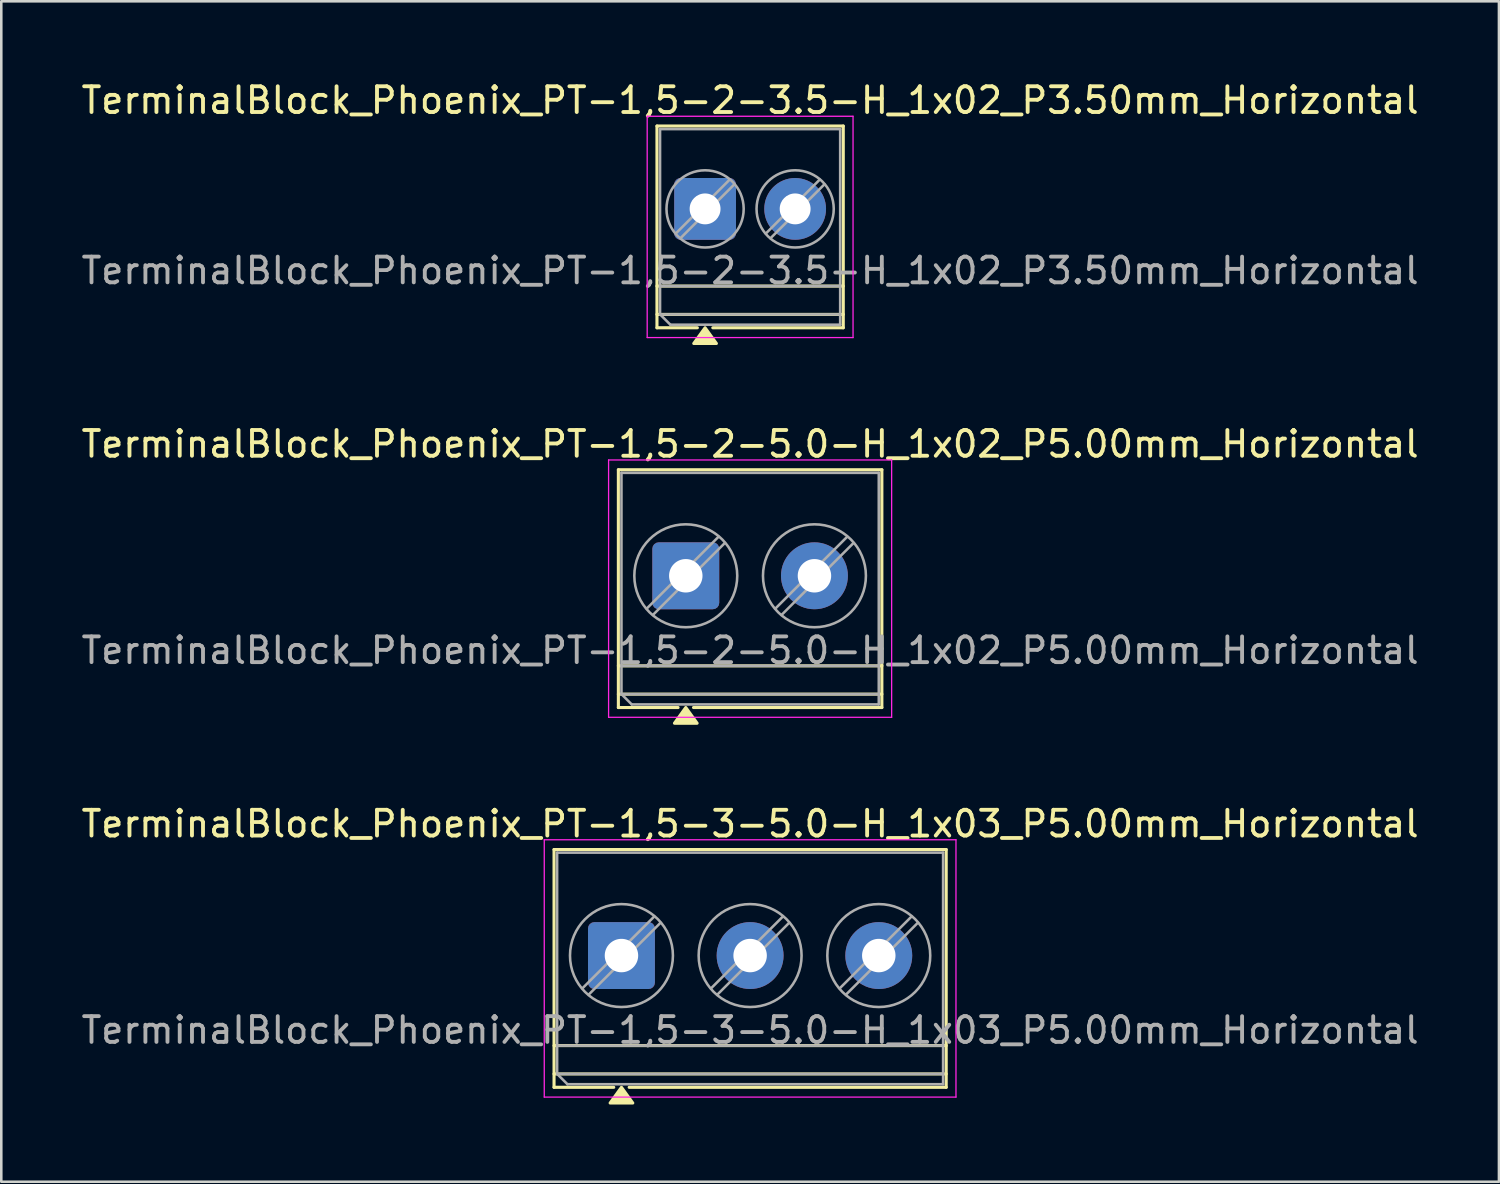
<source format=kicad_pcb>
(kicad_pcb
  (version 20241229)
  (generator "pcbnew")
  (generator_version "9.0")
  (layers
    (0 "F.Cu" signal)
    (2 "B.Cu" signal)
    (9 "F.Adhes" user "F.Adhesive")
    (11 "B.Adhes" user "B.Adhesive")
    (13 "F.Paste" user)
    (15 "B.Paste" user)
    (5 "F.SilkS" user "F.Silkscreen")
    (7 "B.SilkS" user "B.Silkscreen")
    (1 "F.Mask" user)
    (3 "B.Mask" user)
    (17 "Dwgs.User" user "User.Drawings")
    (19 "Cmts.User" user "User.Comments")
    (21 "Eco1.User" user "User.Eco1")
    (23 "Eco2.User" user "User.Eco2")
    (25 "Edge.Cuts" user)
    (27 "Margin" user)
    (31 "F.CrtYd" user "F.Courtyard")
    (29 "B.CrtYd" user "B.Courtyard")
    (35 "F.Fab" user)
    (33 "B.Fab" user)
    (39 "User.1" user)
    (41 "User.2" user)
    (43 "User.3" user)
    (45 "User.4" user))
  (footprint "TerminalBlock_Phoenix_PT-1,5-3-5.0-H_1x03_P5.00mm_Horizontal"
    (layer "F.Cu")
    (at 21.101 34.085)
    (property "Reference" "TerminalBlock_Phoenix_PT-1,5-3-5.0-H_1x03_P5.00mm_Horizontal" (at 5 -5.12 0) (layer "F.SilkS") (effects (font (size 1 1) (thickness 0.15))))
    (attr through_hole)
    (fp_line (start -2.62 -4.12) (end 12.62 -4.12) (stroke (width 0.12) (type solid)) (layer "F.SilkS"))
    (fp_line (start -2.62 3.5) (end 12.62 3.5) (stroke (width 0.12) (type solid)) (layer "F.SilkS"))
    (fp_line (start -2.62 4.6) (end 12.62 4.6) (stroke (width 0.12) (type solid)) (layer "F.SilkS"))
    (fp_line (start -2.62 5.12) (end -2.62 -4.12) (stroke (width 0.12) (type solid)) (layer "F.SilkS"))
    (fp_line (start -0.3 5.12) (end -2.62 5.12) (stroke (width 0.12) (type solid)) (layer "F.SilkS"))
    (fp_line (start 12.62 -4.12) (end 12.62 5.12) (stroke (width 0.12) (type solid)) (layer "F.SilkS"))
    (fp_line (start 12.62 5.12) (end 0.3 5.12) (stroke (width 0.12) (type solid)) (layer "F.SilkS"))
    (fp_poly (pts (xy 0 5.12) (xy 0.44 5.73) (xy -0.44 5.73)) (stroke (width 0.12) (type solid)) (fill yes) (layer "F.SilkS"))
    (fp_line (start -3 -4.5) (end -3 5.5) (stroke (width 0.05) (type solid)) (layer "F.CrtYd"))
    (fp_line (start -3 5.5) (end 13 5.5) (stroke (width 0.05) (type solid)) (layer "F.CrtYd"))
    (fp_line (start 13 -4.5) (end -3 -4.5) (stroke (width 0.05) (type solid)) (layer "F.CrtYd"))
    (fp_line (start 13 5.5) (end 13 -4.5) (stroke (width 0.05) (type solid)) (layer "F.CrtYd"))
    (fp_line (start -2.5 -4) (end 12.5 -4) (stroke (width 0.1) (type solid)) (layer "F.Fab"))
    (fp_line (start -2.5 3.5) (end 12.5 3.5) (stroke (width 0.1) (type solid)) (layer "F.Fab"))
    (fp_line (start -2.5 4.6) (end -2.5 -4) (stroke (width 0.1) (type solid)) (layer "F.Fab"))
    (fp_line (start -2.5 4.6) (end 12.5 4.6) (stroke (width 0.1) (type solid)) (layer "F.Fab"))
    (fp_line (start -2.1 5) (end -2.5 4.6) (stroke (width 0.1) (type solid)) (layer "F.Fab"))
    (fp_line (start 1.273 -1.517) (end -1.517 1.273) (stroke (width 0.1) (type solid)) (layer "F.Fab"))
    (fp_line (start 1.517 -1.273) (end -1.273 1.517) (stroke (width 0.1) (type solid)) (layer "F.Fab"))
    (fp_line (start 6.273 -1.517) (end 3.483 1.273) (stroke (width 0.1) (type solid)) (layer "F.Fab"))
    (fp_line (start 6.517 -1.273) (end 3.727 1.517) (stroke (width 0.1) (type solid)) (layer "F.Fab"))
    (fp_line (start 11.273 -1.517) (end 8.483 1.273) (stroke (width 0.1) (type solid)) (layer "F.Fab"))
    (fp_line (start 11.517 -1.273) (end 8.727 1.517) (stroke (width 0.1) (type solid)) (layer "F.Fab"))
    (fp_line (start 12.5 -4) (end 12.5 5) (stroke (width 0.1) (type solid)) (layer "F.Fab"))
    (fp_line (start 12.5 5) (end -2.1 5) (stroke (width 0.1) (type solid)) (layer "F.Fab"))
    (fp_circle (center 0 0) (end 2 0) (stroke (width 0.1) (type solid)) (fill no) (layer "F.Fab"))
    (fp_circle (center 5 0) (end 7 0) (stroke (width 0.1) (type solid)) (fill no) (layer "F.Fab"))
    (fp_circle (center 10 0) (end 12 0) (stroke (width 0.1) (type solid)) (fill no) (layer "F.Fab"))
    (fp_text user "${REFERENCE}" (at 5 2.9 0) (layer "F.Fab") (effects (font (size 1 1) (thickness 0.15))))
    (pad "1" thru_hole roundrect (at 0 0) (size 2.6 2.6) (drill 1.3) (layers "*.Cu" "*.Mask") (roundrect_rratio 0.096))
    (pad "2" thru_hole circle (at 5 0) (size 2.6 2.6) (drill 1.3) (layers "*.Cu" "*.Mask"))
    (pad "3" thru_hole circle (at 10 0) (size 2.6 2.6) (drill 1.3) (layers "*.Cu" "*.Mask")))
  (footprint "TerminalBlock_Phoenix_PT-1,5-2-5.0-H_1x02_P5.00mm_Horizontal"
    (layer "F.Cu")
    (at 23.601 19.326)
    (property "Reference" "TerminalBlock_Phoenix_PT-1,5-2-5.0-H_1x02_P5.00mm_Horizontal" (at 2.5 -5.12 0) (layer "F.SilkS") (effects (font (size 1 1) (thickness 0.15))))
    (attr through_hole)
    (fp_line (start -2.62 -4.12) (end 7.62 -4.12) (stroke (width 0.12) (type solid)) (layer "F.SilkS"))
    (fp_line (start -2.62 3.5) (end 7.62 3.5) (stroke (width 0.12) (type solid)) (layer "F.SilkS"))
    (fp_line (start -2.62 4.6) (end 7.62 4.6) (stroke (width 0.12) (type solid)) (layer "F.SilkS"))
    (fp_line (start -2.62 5.12) (end -2.62 -4.12) (stroke (width 0.12) (type solid)) (layer "F.SilkS"))
    (fp_line (start -0.3 5.12) (end -2.62 5.12) (stroke (width 0.12) (type solid)) (layer "F.SilkS"))
    (fp_line (start 7.62 -4.12) (end 7.62 5.12) (stroke (width 0.12) (type solid)) (layer "F.SilkS"))
    (fp_line (start 7.62 5.12) (end 0.3 5.12) (stroke (width 0.12) (type solid)) (layer "F.SilkS"))
    (fp_poly (pts (xy 0 5.12) (xy 0.44 5.73) (xy -0.44 5.73)) (stroke (width 0.12) (type solid)) (fill yes) (layer "F.SilkS"))
    (fp_line (start -3 -4.5) (end -3 5.5) (stroke (width 0.05) (type solid)) (layer "F.CrtYd"))
    (fp_line (start -3 5.5) (end 8 5.5) (stroke (width 0.05) (type solid)) (layer "F.CrtYd"))
    (fp_line (start 8 -4.5) (end -3 -4.5) (stroke (width 0.05) (type solid)) (layer "F.CrtYd"))
    (fp_line (start 8 5.5) (end 8 -4.5) (stroke (width 0.05) (type solid)) (layer "F.CrtYd"))
    (fp_line (start -2.5 -4) (end 7.5 -4) (stroke (width 0.1) (type solid)) (layer "F.Fab"))
    (fp_line (start -2.5 3.5) (end 7.5 3.5) (stroke (width 0.1) (type solid)) (layer "F.Fab"))
    (fp_line (start -2.5 4.6) (end -2.5 -4) (stroke (width 0.1) (type solid)) (layer "F.Fab"))
    (fp_line (start -2.5 4.6) (end 7.5 4.6) (stroke (width 0.1) (type solid)) (layer "F.Fab"))
    (fp_line (start -2.1 5) (end -2.5 4.6) (stroke (width 0.1) (type solid)) (layer "F.Fab"))
    (fp_line (start 1.273 -1.517) (end -1.517 1.273) (stroke (width 0.1) (type solid)) (layer "F.Fab"))
    (fp_line (start 1.517 -1.273) (end -1.273 1.517) (stroke (width 0.1) (type solid)) (layer "F.Fab"))
    (fp_line (start 6.273 -1.517) (end 3.483 1.273) (stroke (width 0.1) (type solid)) (layer "F.Fab"))
    (fp_line (start 6.517 -1.273) (end 3.727 1.517) (stroke (width 0.1) (type solid)) (layer "F.Fab"))
    (fp_line (start 7.5 -4) (end 7.5 5) (stroke (width 0.1) (type solid)) (layer "F.Fab"))
    (fp_line (start 7.5 5) (end -2.1 5) (stroke (width 0.1) (type solid)) (layer "F.Fab"))
    (fp_circle (center 0 0) (end 2 0) (stroke (width 0.1) (type solid)) (fill no) (layer "F.Fab"))
    (fp_circle (center 5 0) (end 7 0) (stroke (width 0.1) (type solid)) (fill no) (layer "F.Fab"))
    (fp_text user "${REFERENCE}" (at 2.5 2.9 0) (layer "F.Fab") (effects (font (size 1 1) (thickness 0.15))))
    (pad "1" thru_hole roundrect (at 0 0) (size 2.6 2.6) (drill 1.3) (layers "*.Cu" "*.Mask") (roundrect_rratio 0.096))
    (pad "2" thru_hole circle (at 5 0) (size 2.6 2.6) (drill 1.3) (layers "*.Cu" "*.Mask")))
  (footprint "TerminalBlock_Phoenix_PT-1,5-2-3.5-H_1x02_P3.50mm_Horizontal"
    (layer "F.Cu")
    (at 24.351 5.068)
    (property "Reference" "TerminalBlock_Phoenix_PT-1,5-2-3.5-H_1x02_P3.50mm_Horizontal" (at 1.75 -4.22 0) (layer "F.SilkS") (effects (font (size 1 1) (thickness 0.15))))
    (attr through_hole)
    (fp_line (start -1.87 -3.22) (end 5.37 -3.22) (stroke (width 0.12) (type solid)) (layer "F.SilkS"))
    (fp_line (start -1.87 3) (end 5.37 3) (stroke (width 0.12) (type solid)) (layer "F.SilkS"))
    (fp_line (start -1.87 4.1) (end 5.37 4.1) (stroke (width 0.12) (type solid)) (layer "F.SilkS"))
    (fp_line (start -1.87 4.62) (end -1.87 -3.22) (stroke (width 0.12) (type solid)) (layer "F.SilkS"))
    (fp_line (start -0.3 4.62) (end -1.87 4.62) (stroke (width 0.12) (type solid)) (layer "F.SilkS"))
    (fp_line (start 5.37 -3.22) (end 5.37 4.62) (stroke (width 0.12) (type solid)) (layer "F.SilkS"))
    (fp_line (start 5.37 4.62) (end 0.3 4.62) (stroke (width 0.12) (type solid)) (layer "F.SilkS"))
    (fp_poly (pts (xy 0 4.62) (xy 0.44 5.23) (xy -0.44 5.23)) (stroke (width 0.12) (type solid)) (fill yes) (layer "F.SilkS"))
    (fp_line (start -2.25 -3.6) (end -2.25 5) (stroke (width 0.05) (type solid)) (layer "F.CrtYd"))
    (fp_line (start -2.25 5) (end 5.75 5) (stroke (width 0.05) (type solid)) (layer "F.CrtYd"))
    (fp_line (start 5.75 -3.6) (end -2.25 -3.6) (stroke (width 0.05) (type solid)) (layer "F.CrtYd"))
    (fp_line (start 5.75 5) (end 5.75 -3.6) (stroke (width 0.05) (type solid)) (layer "F.CrtYd"))
    (fp_line (start -1.75 -3.1) (end 5.25 -3.1) (stroke (width 0.1) (type solid)) (layer "F.Fab"))
    (fp_line (start -1.75 3) (end 5.25 3) (stroke (width 0.1) (type solid)) (layer "F.Fab"))
    (fp_line (start -1.75 4.1) (end -1.75 -3.1) (stroke (width 0.1) (type solid)) (layer "F.Fab"))
    (fp_line (start -1.75 4.1) (end 5.25 4.1) (stroke (width 0.1) (type solid)) (layer "F.Fab"))
    (fp_line (start -1.35 4.5) (end -1.75 4.1) (stroke (width 0.1) (type solid)) (layer "F.Fab"))
    (fp_line (start 0.955 -1.138) (end -1.138 0.955) (stroke (width 0.1) (type solid)) (layer "F.Fab"))
    (fp_line (start 1.138 -0.955) (end -0.955 1.138) (stroke (width 0.1) (type solid)) (layer "F.Fab"))
    (fp_line (start 4.455 -1.138) (end 2.362 0.955) (stroke (width 0.1) (type solid)) (layer "F.Fab"))
    (fp_line (start 4.638 -0.955) (end 2.545 1.138) (stroke (width 0.1) (type solid)) (layer "F.Fab"))
    (fp_line (start 5.25 -3.1) (end 5.25 4.5) (stroke (width 0.1) (type solid)) (layer "F.Fab"))
    (fp_line (start 5.25 4.5) (end -1.35 4.5) (stroke (width 0.1) (type solid)) (layer "F.Fab"))
    (fp_circle (center 0 0) (end 1.5 0) (stroke (width 0.1) (type solid)) (fill no) (layer "F.Fab"))
    (fp_circle (center 3.5 0) (end 5 0) (stroke (width 0.1) (type solid)) (fill no) (layer "F.Fab"))
    (fp_text user "${REFERENCE}" (at 1.75 2.4 0) (layer "F.Fab") (effects (font (size 1 1) (thickness 0.15))))
    (pad "1" thru_hole roundrect (at 0 0) (size 2.4 2.4) (drill 1.2) (layers "*.Cu" "*.Mask") (roundrect_rratio 0.104))
    (pad "2" thru_hole circle (at 3.5 0) (size 2.4 2.4) (drill 1.2) (layers "*.Cu" "*.Mask")))
  (gr_rect
    (start -3 -3)
    (end 55.202 42.875)
    (stroke (width 0.1) (type default))
    (fill no)
    (layer "Edge.Cuts")))
</source>
